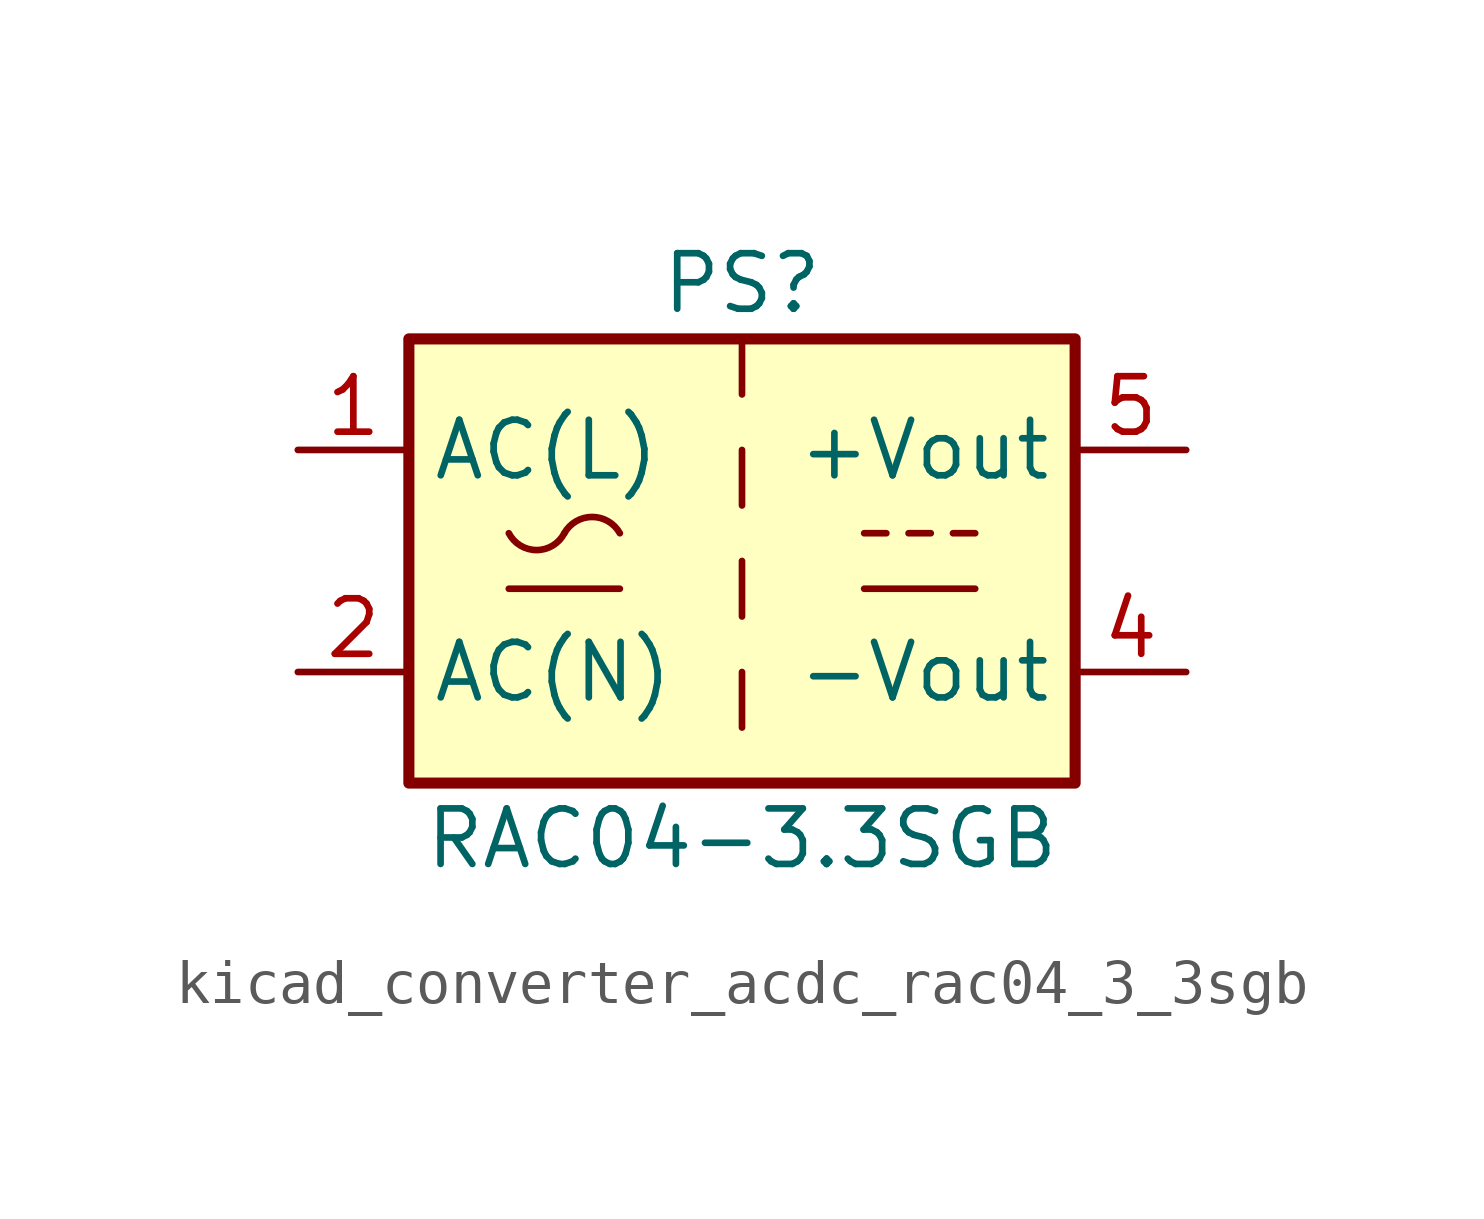
<source format=kicad_sym>
(kicad_symbol_lib
  (version 20220914)
  (generator kicad_symbol_editor)
  (symbol "kicad_converter_acdc_rac04_3_3sgb"
    (property "Reference" "PS"
      (at 0 6.35 0)
      (effects (font (size 1.27 1.27))))
    (property "Value" "RAC04-3.3SGB"
      (at 0 -6.35 0)
      (effects (font (size 1.27 1.27))))
    (symbol "kicad_converter_acdc_rac04_3_3sgb_1_1"
      (rectangle (start -7.62 5.08) (end 7.62 -5.08) (stroke (width 0.254) (type default)) (fill (type background)))
      (arc (start -5.334 0.635) (mid -4.699 0.2495) (end -4.064 0.635) (stroke (width 0) (type default)) (fill (type none)))
      (arc (start -2.794 0.635) (mid -3.429 1.0072) (end -4.064 0.635) (stroke (width 0) (type default)) (fill (type none)))
      (polyline (pts (xy -5.334 -0.635) (xy -2.794 -0.635)) (stroke (width 0) (type default)) (fill (type none)))
      (polyline (pts (xy 0 -2.54) (xy 0 -3.81)) (stroke (width 0) (type default)) (fill (type none)))
      (polyline (pts (xy 0 0) (xy 0 -1.27)) (stroke (width 0) (type default)) (fill (type none)))
      (polyline (pts (xy 0 2.54) (xy 0 1.27)) (stroke (width 0) (type default)) (fill (type none)))
      (polyline (pts (xy 0 5.08) (xy 0 3.81)) (stroke (width 0) (type default)) (fill (type none)))
      (polyline (pts (xy 2.794 -0.635) (xy 5.334 -0.635)) (stroke (width 0) (type default)) (fill (type none)))
      (polyline (pts (xy 2.794 0.635) (xy 3.302 0.635)) (stroke (width 0) (type default)) (fill (type none)))
      (polyline (pts (xy 3.81 0.635) (xy 4.318 0.635)) (stroke (width 0) (type default)) (fill (type none)))
      (polyline (pts (xy 4.826 0.635) (xy 5.334 0.635)) (stroke (width 0) (type default)) (fill (type none)))
      (pin power_in line (at -10.16 2.54 0) (length 2.54) (name "AC(L)" (effects (font (size 1.27 1.27)))) (number "1" (effects (font (size 1.27 1.27)))))
      (pin power_in line (at -10.16 -2.54 0) (length 2.54) (name "AC(N)" (effects (font (size 1.27 1.27)))) (number "2" (effects (font (size 1.27 1.27)))))
      (pin no_connect line (at 7.62 0 180) (length 2.54) hide (name "NC" (effects (font (size 1.27 1.27)))) (number "3" (effects (font (size 1.27 1.27)))))
      (pin power_out line (at 10.16 -2.54 180) (length 2.54) (name "-Vout" (effects (font (size 1.27 1.27)))) (number "4" (effects (font (size 1.27 1.27)))))
      (pin power_out line (at 10.16 2.54 180) (length 2.54) (name "+Vout" (effects (font (size 1.27 1.27)))) (number "5" (effects (font (size 1.27 1.27))))))))
</source>
